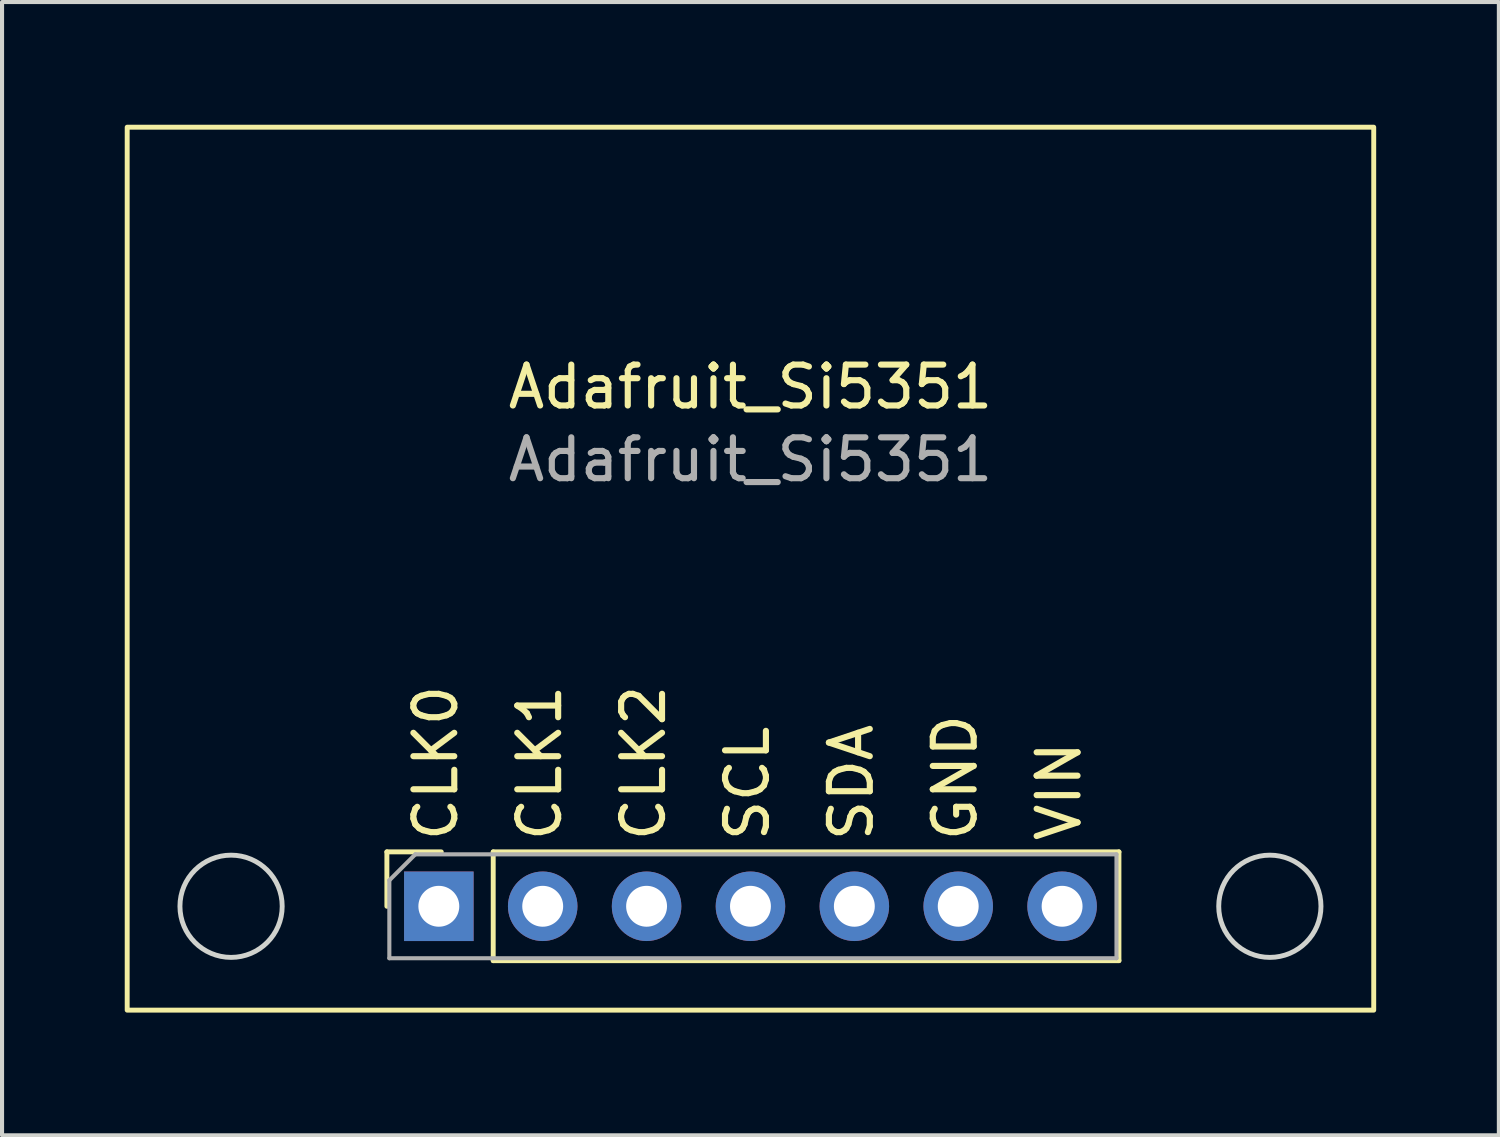
<source format=kicad_pcb>
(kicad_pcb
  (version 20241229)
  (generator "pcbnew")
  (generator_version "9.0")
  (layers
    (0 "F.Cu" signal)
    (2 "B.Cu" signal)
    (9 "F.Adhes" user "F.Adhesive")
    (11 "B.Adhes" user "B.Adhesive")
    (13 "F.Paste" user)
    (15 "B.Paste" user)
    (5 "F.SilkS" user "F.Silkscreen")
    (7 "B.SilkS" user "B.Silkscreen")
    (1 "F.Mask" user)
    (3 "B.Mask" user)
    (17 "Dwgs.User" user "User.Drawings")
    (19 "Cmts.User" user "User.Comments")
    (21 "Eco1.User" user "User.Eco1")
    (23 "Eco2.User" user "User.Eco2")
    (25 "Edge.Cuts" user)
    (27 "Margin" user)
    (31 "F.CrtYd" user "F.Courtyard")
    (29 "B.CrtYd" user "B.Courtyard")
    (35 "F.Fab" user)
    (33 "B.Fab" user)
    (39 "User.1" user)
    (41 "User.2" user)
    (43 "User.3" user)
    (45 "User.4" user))
  (footprint "Adafruit_Si5351"
    (layer "F.Cu")
    (at 15.3 19.11)
    (property "Reference" "Adafruit_Si5351" (at 0 -12.7 0) (unlocked yes) (layer "F.SilkS") (effects (font (size 1 1) (thickness 0.15))))
    (attr smd)
    (fp_line (start -8.89 -1.33) (end -7.56 -1.33) (stroke (width 0.12) (type solid)) (layer "F.SilkS"))
    (fp_line (start -8.89 0) (end -8.89 -1.33) (stroke (width 0.12) (type solid)) (layer "F.SilkS"))
    (fp_line (start -6.29 -1.33) (end 9.01 -1.33) (stroke (width 0.12) (type solid)) (layer "F.SilkS"))
    (fp_line (start -6.29 1.33) (end -6.29 -1.33) (stroke (width 0.12) (type solid)) (layer "F.SilkS"))
    (fp_line (start -6.29 1.33) (end 9.01 1.33) (stroke (width 0.12) (type solid)) (layer "F.SilkS"))
    (fp_line (start 9.01 1.33) (end 9.01 -1.33) (stroke (width 0.12) (type solid)) (layer "F.SilkS"))
    (fp_rect (start -15.24 -19.05) (end 15.24 2.54) (stroke (width 0.12) (type default)) (fill no) (layer "F.SilkS"))
    (fp_circle (center -12.7 0) (end -11.45 0) (stroke (width 0.12) (type default)) (fill no) (layer "Edge.Cuts"))
    (fp_circle (center 12.7 0) (end 13.95 0) (stroke (width 0.12) (type default)) (fill no) (layer "Edge.Cuts"))
    (fp_line (start -8.83 -0.635) (end -8.195 -1.27) (stroke (width 0.1) (type solid)) (layer "F.Fab"))
    (fp_line (start -8.83 1.27) (end -8.83 -0.635) (stroke (width 0.1) (type solid)) (layer "F.Fab"))
    (fp_line (start -8.195 -1.27) (end 8.95 -1.27) (stroke (width 0.1) (type solid)) (layer "F.Fab"))
    (fp_line (start 8.95 -1.27) (end 8.95 1.27) (stroke (width 0.1) (type solid)) (layer "F.Fab"))
    (fp_line (start 8.95 1.27) (end -8.83 1.27) (stroke (width 0.1) (type solid)) (layer "F.Fab"))
    (fp_text user "CLK0" (at -7.112 -1.524 90) (unlocked yes) (layer "F.SilkS") (effects (font (size 1 1) (thickness 0.15)) (justify left bottom)))
    (fp_text user "CLK2" (at -2.032 -1.524 90) (unlocked yes) (layer "F.SilkS") (effects (font (size 1 1) (thickness 0.15)) (justify left bottom)))
    (fp_text user "SCL" (at 0.508 -1.524 90) (unlocked yes) (layer "F.SilkS") (effects (font (size 1 1) (thickness 0.15)) (justify left bottom)))
    (fp_text user "SDA" (at 3.048 -1.524 90) (unlocked yes) (layer "F.SilkS") (effects (font (size 1 1) (thickness 0.15)) (justify left bottom)))
    (fp_text user "VIN" (at 8.128 -1.524 90) (unlocked yes) (layer "F.SilkS") (effects (font (size 1 1) (thickness 0.15)) (justify left bottom)))
    (fp_text user "CLK1" (at -4.572 -1.524 90) (unlocked yes) (layer "F.SilkS") (effects (font (size 1 1) (thickness 0.15)) (justify left bottom)))
    (fp_text user "GND" (at 5.588 -1.524 90) (unlocked yes) (layer "F.SilkS") (effects (font (size 1 1) (thickness 0.15)) (justify left bottom)))
    (fp_text user "${REFERENCE}" (at 0 -10.922 180) (layer "F.Fab") (effects (font (size 1 1) (thickness 0.15))))
    (pad "1" thru_hole rect (at -7.62 0 90) (size 1.7 1.7) (drill 1) (layers "*.Cu" "*.Mask"))
    (pad "2" thru_hole oval (at -5.08 0 90) (size 1.7 1.7) (drill 1) (layers "*.Cu" "*.Mask"))
    (pad "3" thru_hole oval (at -2.54 0 90) (size 1.7 1.7) (drill 1) (layers "*.Cu" "*.Mask"))
    (pad "4" thru_hole oval (at 0 0 90) (size 1.7 1.7) (drill 1) (layers "*.Cu" "*.Mask"))
    (pad "5" thru_hole oval (at 2.54 0 90) (size 1.7 1.7) (drill 1) (layers "*.Cu" "*.Mask"))
    (pad "6" thru_hole oval (at 5.08 0 90) (size 1.7 1.7) (drill 1) (layers "*.Cu" "*.Mask"))
    (pad "7" thru_hole oval (at 7.62 0 90) (size 1.7 1.7) (drill 1) (layers "*.Cu" "*.Mask")))
  (gr_rect
    (start -3 -3)
    (end 33.6 24.71)
    (stroke (width 0.1) (type default))
    (fill no)
    (layer "Edge.Cuts")))
</source>
